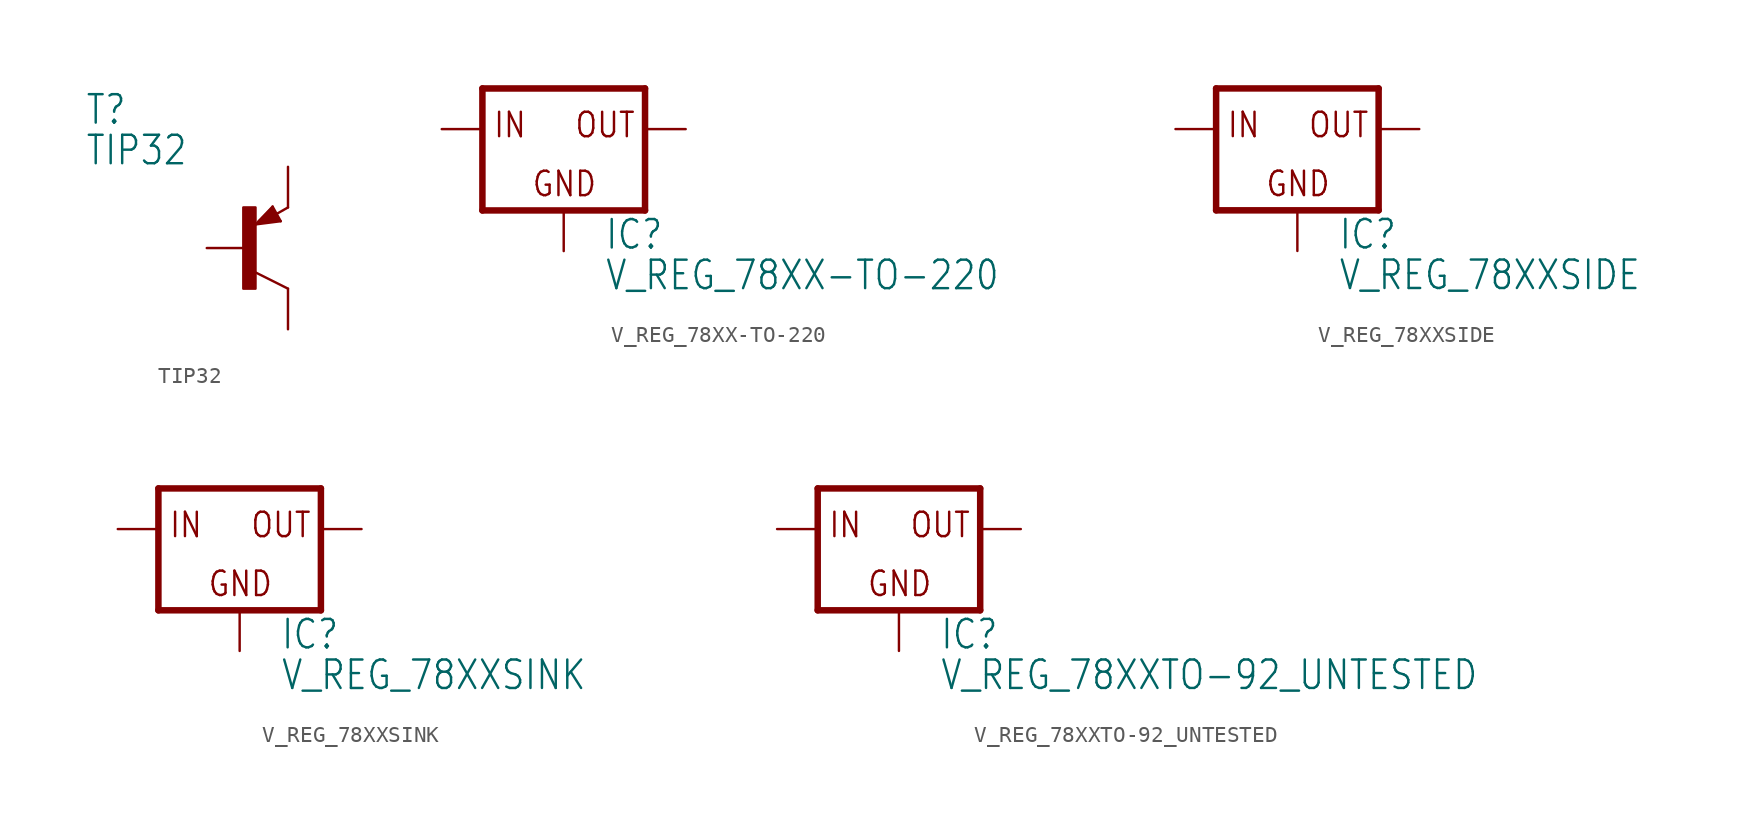
<source format=kicad_sym>
(kicad_symbol_lib
  (version 20200126)
  (host kicad_symbol_editor "5.99.0-unknown-aa7ce74~88~ubuntu18.04.1")
  (symbol "TIP32"
    (property "Reference" "T"
      (at -10.16 7.62 0)
      (effects (font (size 1.778 1.511)) (justify left bottom)))
    (property "Value" "TIP32"
      (at -10.16 5.08 0)
      (effects (font (size 1.778 1.511)) (justify left bottom)))
    (property "ki_locked" ""
      (at 0 0 0)
      (effects (font (size 1.27 1.27))))
    (symbol "TIP32_1_0"
      (rectangle (start -0.254 -2.54) (end 0.508 2.54) (stroke (width 0)) (fill (type outline)))
      (polyline (pts (xy 2.086 1.678) (xy 1.578 2.594)) (stroke (width 0.152)) (fill (type none)))
      (polyline (pts (xy 1.578 2.594) (xy 0.516 1.478)) (stroke (width 0.152)) (fill (type none)))
      (polyline (pts (xy 0.516 1.478) (xy 2.086 1.678)) (stroke (width 0.152)) (fill (type none)))
      (polyline (pts (xy 2.54 2.54) (xy 1.808 2.124)) (stroke (width 0.152)) (fill (type none)))
      (polyline (pts (xy 2.54 -2.54) (xy 0.508 -1.524)) (stroke (width 0.152)) (fill (type none)))
      (polyline (pts (xy 1.905 1.778) (xy 1.524 2.413)) (stroke (width 0.254)) (fill (type none)))
      (polyline (pts (xy 1.524 2.413) (xy 0.762 1.651)) (stroke (width 0.254)) (fill (type none)))
      (polyline (pts (xy 0.762 1.651) (xy 1.778 1.778)) (stroke (width 0.254)) (fill (type none)))
      (polyline (pts (xy 1.778 1.778) (xy 1.524 2.159)) (stroke (width 0.254)) (fill (type none)))
      (polyline (pts (xy 1.524 2.159) (xy 1.143 1.905)) (stroke (width 0.254)) (fill (type none)))
      (polyline (pts (xy 1.143 1.905) (xy 1.524 1.905)) (stroke (width 0.254)) (fill (type none)))
      (pin passive line (at -2.54 0 0) (length 2.54) (name "B" (effects (font (size 0 0)))) (number "1" (effects (font (size 0 0)))))
      (pin passive line (at 2.54 5.08 270) (length 2.54) (name "E" (effects (font (size 0 0)))) (number "3" (effects (font (size 0 0)))))
      (pin passive line (at 2.54 -5.08 90) (length 2.54) (name "C" (effects (font (size 0 0)))) (number "2" (effects (font (size 0 0)))))))
  (symbol "V_REG_78XX-TO-220"
    (property "Reference" "IC"
      (at 2.54 -7.62 0)
      (effects (font (size 1.778 1.511)) (justify left bottom)))
    (property "Value" "V_REG_78XX-TO-220"
      (at 2.54 -10.16 0)
      (effects (font (size 1.778 1.511)) (justify left bottom)))
    (property "ki_locked" ""
      (at 0 0 0)
      (effects (font (size 1.27 1.27))))
    (symbol "V_REG_78XX-TO-220_1_0"
      (text "GND" (at -2.032 -4.318 0) (effects (font (size 1.524 1.295)) (justify left bottom)))
      (text "IN" (at -4.445 -0.635 0) (effects (font (size 1.524 1.295)) (justify left bottom)))
      (text "OUT" (at 0.635 -0.635 0) (effects (font (size 1.524 1.295)) (justify left bottom)))
      (polyline (pts (xy -5.08 -5.08) (xy 5.08 -5.08)) (stroke (width 0.406)) (fill (type none)))
      (polyline (pts (xy 5.08 -5.08) (xy 5.08 2.54)) (stroke (width 0.406)) (fill (type none)))
      (polyline (pts (xy 5.08 2.54) (xy -5.08 2.54)) (stroke (width 0.406)) (fill (type none)))
      (polyline (pts (xy -5.08 2.54) (xy -5.08 -5.08)) (stroke (width 0.406)) (fill (type none)))
      (pin input line (at -7.62 0 0) (length 2.54) (name "IN" (effects (font (size 0 0)))) (number "IN" (effects (font (size 0 0)))))
      (pin input line (at 0 -7.62 90) (length 2.54) (name "GND" (effects (font (size 0 0)))) (number "GND" (effects (font (size 0 0)))))
      (pin output line (at 7.62 0 180) (length 2.54) (name "OUT" (effects (font (size 0 0)))) (number "OUT" (effects (font (size 0 0)))))))
  (symbol "V_REG_78XXSIDE"
    (property "Reference" "IC"
      (at 2.54 -7.62 0)
      (effects (font (size 1.778 1.511)) (justify left bottom)))
    (property "Value" "V_REG_78XXSIDE"
      (at 2.54 -10.16 0)
      (effects (font (size 1.778 1.511)) (justify left bottom)))
    (property "ki_locked" ""
      (at 0 0 0)
      (effects (font (size 1.27 1.27))))
    (symbol "V_REG_78XXSIDE_1_0"
      (text "GND" (at -2.032 -4.318 0) (effects (font (size 1.524 1.295)) (justify left bottom)))
      (text "IN" (at -4.445 -0.635 0) (effects (font (size 1.524 1.295)) (justify left bottom)))
      (text "OUT" (at 0.635 -0.635 0) (effects (font (size 1.524 1.295)) (justify left bottom)))
      (polyline (pts (xy -5.08 -5.08) (xy 5.08 -5.08)) (stroke (width 0.406)) (fill (type none)))
      (polyline (pts (xy 5.08 -5.08) (xy 5.08 2.54)) (stroke (width 0.406)) (fill (type none)))
      (polyline (pts (xy 5.08 2.54) (xy -5.08 2.54)) (stroke (width 0.406)) (fill (type none)))
      (polyline (pts (xy -5.08 2.54) (xy -5.08 -5.08)) (stroke (width 0.406)) (fill (type none)))
      (pin input line (at -7.62 0 0) (length 2.54) (name "IN" (effects (font (size 0 0)))) (number "IN" (effects (font (size 0 0)))))
      (pin input line (at 0 -7.62 90) (length 2.54) (name "GND" (effects (font (size 0 0)))) (number "GND" (effects (font (size 0 0)))))
      (pin output line (at 7.62 0 180) (length 2.54) (name "OUT" (effects (font (size 0 0)))) (number "OUT" (effects (font (size 0 0)))))))
  (symbol "V_REG_78XXSINK"
    (property "Reference" "IC"
      (at 2.54 -7.62 0)
      (effects (font (size 1.778 1.511)) (justify left bottom)))
    (property "Value" "V_REG_78XXSINK"
      (at 2.54 -10.16 0)
      (effects (font (size 1.778 1.511)) (justify left bottom)))
    (property "ki_locked" ""
      (at 0 0 0)
      (effects (font (size 1.27 1.27))))
    (symbol "V_REG_78XXSINK_1_0"
      (text "GND" (at -2.032 -4.318 0) (effects (font (size 1.524 1.295)) (justify left bottom)))
      (text "IN" (at -4.445 -0.635 0) (effects (font (size 1.524 1.295)) (justify left bottom)))
      (text "OUT" (at 0.635 -0.635 0) (effects (font (size 1.524 1.295)) (justify left bottom)))
      (polyline (pts (xy -5.08 -5.08) (xy 5.08 -5.08)) (stroke (width 0.406)) (fill (type none)))
      (polyline (pts (xy 5.08 -5.08) (xy 5.08 2.54)) (stroke (width 0.406)) (fill (type none)))
      (polyline (pts (xy 5.08 2.54) (xy -5.08 2.54)) (stroke (width 0.406)) (fill (type none)))
      (polyline (pts (xy -5.08 2.54) (xy -5.08 -5.08)) (stroke (width 0.406)) (fill (type none)))
      (pin input line (at -7.62 0 0) (length 2.54) (name "IN" (effects (font (size 0 0)))) (number "IN" (effects (font (size 0 0)))))
      (pin input line (at 0 -7.62 90) (length 2.54) (name "GND" (effects (font (size 0 0)))) (number "GND" (effects (font (size 0 0)))))
      (pin output line (at 7.62 0 180) (length 2.54) (name "OUT" (effects (font (size 0 0)))) (number "OUT" (effects (font (size 0 0)))))))
  (symbol "V_REG_78XXTO-92_UNTESTED"
    (property "Reference" "IC"
      (at 2.54 -7.62 0)
      (effects (font (size 1.778 1.511)) (justify left bottom)))
    (property "Value" "V_REG_78XXTO-92_UNTESTED"
      (at 2.54 -10.16 0)
      (effects (font (size 1.778 1.511)) (justify left bottom)))
    (property "ki_locked" ""
      (at 0 0 0)
      (effects (font (size 1.27 1.27))))
    (symbol "V_REG_78XXTO-92_UNTESTED_1_0"
      (text "GND" (at -2.032 -4.318 0) (effects (font (size 1.524 1.295)) (justify left bottom)))
      (text "IN" (at -4.445 -0.635 0) (effects (font (size 1.524 1.295)) (justify left bottom)))
      (text "OUT" (at 0.635 -0.635 0) (effects (font (size 1.524 1.295)) (justify left bottom)))
      (polyline (pts (xy -5.08 -5.08) (xy 5.08 -5.08)) (stroke (width 0.406)) (fill (type none)))
      (polyline (pts (xy 5.08 -5.08) (xy 5.08 2.54)) (stroke (width 0.406)) (fill (type none)))
      (polyline (pts (xy 5.08 2.54) (xy -5.08 2.54)) (stroke (width 0.406)) (fill (type none)))
      (polyline (pts (xy -5.08 2.54) (xy -5.08 -5.08)) (stroke (width 0.406)) (fill (type none)))
      (pin input line (at -7.62 0 0) (length 2.54) (name "IN" (effects (font (size 0 0)))) (number "2" (effects (font (size 0 0)))))
      (pin input line (at 0 -7.62 90) (length 2.54) (name "GND" (effects (font (size 0 0)))) (number "1" (effects (font (size 0 0)))))
      (pin output line (at 7.62 0 180) (length 2.54) (name "OUT" (effects (font (size 0 0)))) (number "3" (effects (font (size 0 0))))))))
</source>
